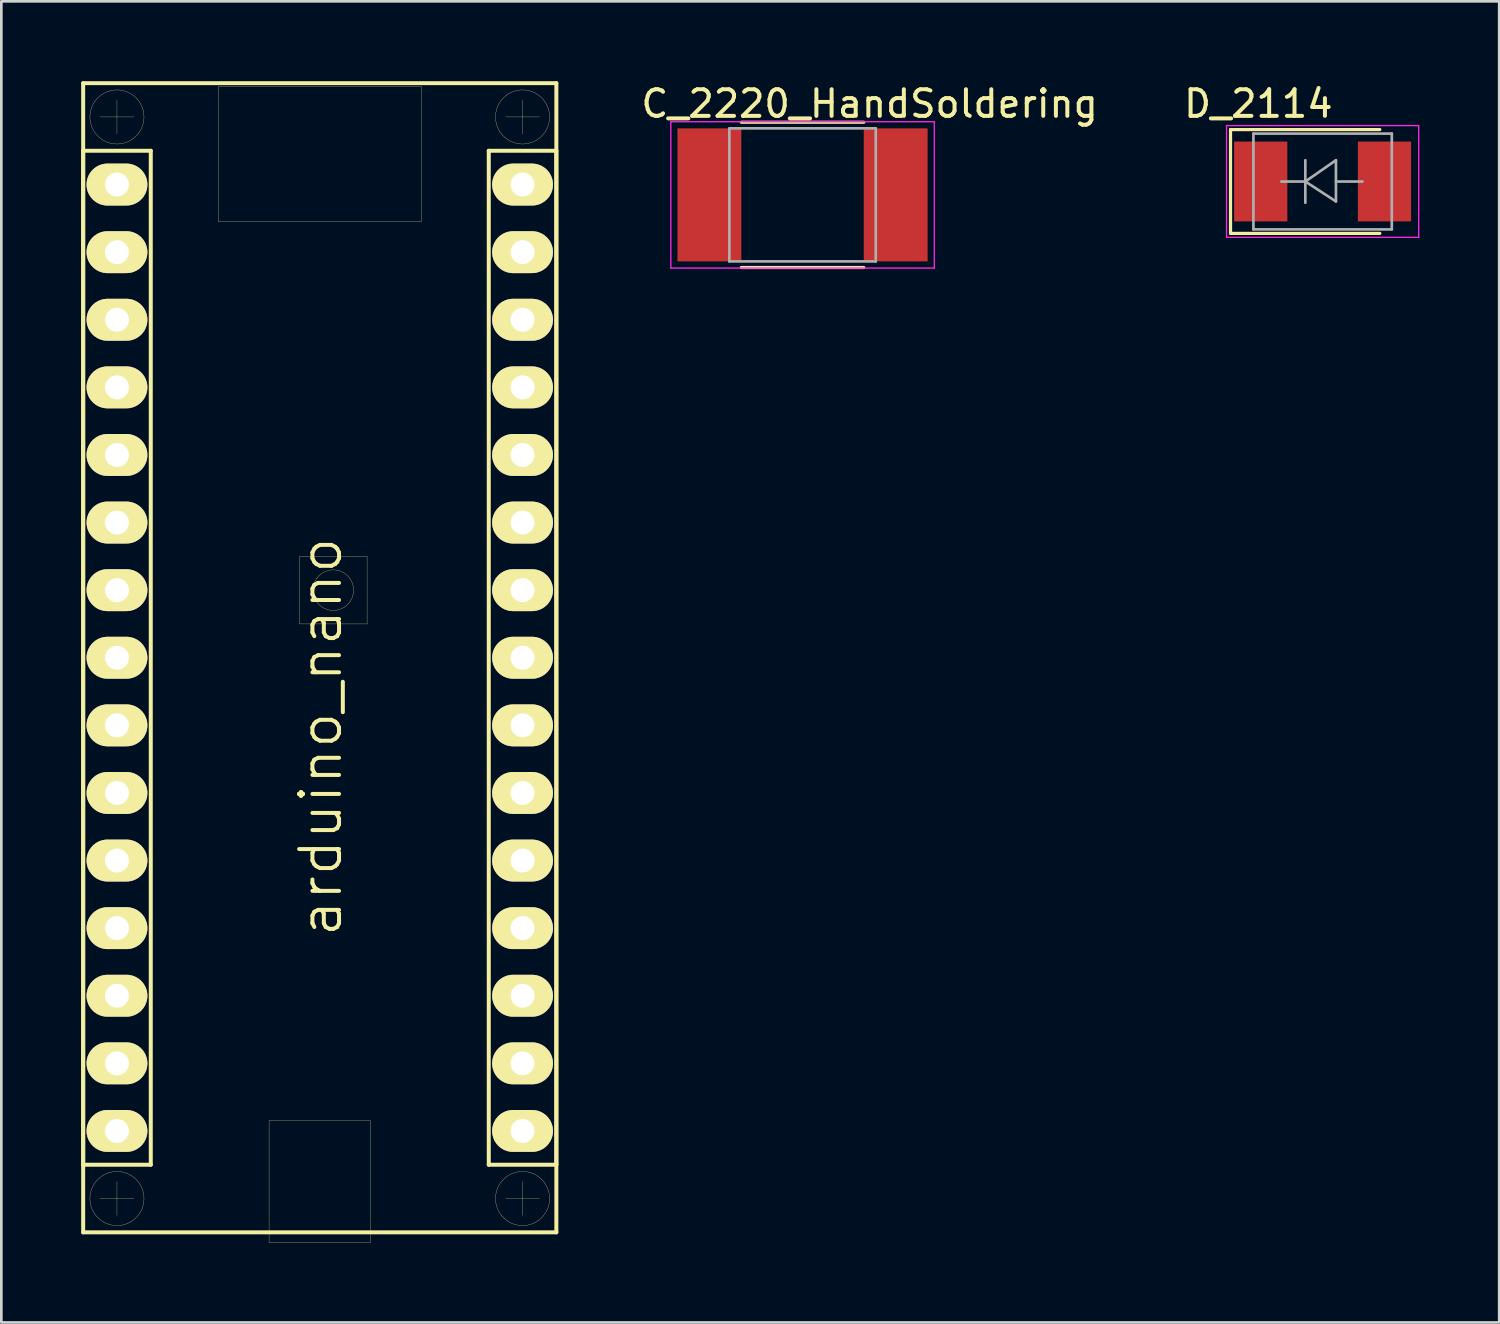
<source format=kicad_pcb>
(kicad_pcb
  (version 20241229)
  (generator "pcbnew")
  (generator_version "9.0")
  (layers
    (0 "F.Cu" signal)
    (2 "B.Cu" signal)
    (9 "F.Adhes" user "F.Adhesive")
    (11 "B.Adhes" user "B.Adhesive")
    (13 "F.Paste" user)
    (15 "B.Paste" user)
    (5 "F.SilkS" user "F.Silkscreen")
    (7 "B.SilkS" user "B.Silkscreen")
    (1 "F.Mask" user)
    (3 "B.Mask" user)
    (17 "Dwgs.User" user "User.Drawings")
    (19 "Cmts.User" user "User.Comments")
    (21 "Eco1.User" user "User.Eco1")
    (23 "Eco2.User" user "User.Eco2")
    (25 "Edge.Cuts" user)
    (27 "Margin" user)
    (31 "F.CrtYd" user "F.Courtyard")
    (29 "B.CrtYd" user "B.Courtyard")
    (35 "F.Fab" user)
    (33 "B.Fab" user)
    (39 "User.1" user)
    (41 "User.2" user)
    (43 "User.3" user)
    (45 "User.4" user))
  (footprint "D_2114"
    (layer "F.Cu")
    (at 46.647 3.769)
    (property "Reference" "D_2114" (at -2.413 -2.921 0) (layer "F.SilkS") (effects (font (size 1 1) (thickness 0.15))))
    (attr smd)
    (fp_line (start -3.46 -1.95) (end -3.46 1.95) (stroke (width 0.12) (type solid)) (layer "F.SilkS"))
    (fp_line (start -3.46 -1.95) (end 2.15 -1.95) (stroke (width 0.12) (type solid)) (layer "F.SilkS"))
    (fp_line (start -3.46 1.95) (end 2.15 1.95) (stroke (width 0.12) (type solid)) (layer "F.SilkS"))
    (fp_line (start -3.61 -2.1) (end 3.61 -2.1) (stroke (width 0.05) (type solid)) (layer "F.CrtYd"))
    (fp_line (start -3.61 2.1) (end -3.61 -2.1) (stroke (width 0.05) (type solid)) (layer "F.CrtYd"))
    (fp_line (start 3.61 -2.1) (end 3.61 2.1) (stroke (width 0.05) (type solid)) (layer "F.CrtYd"))
    (fp_line (start 3.61 2.1) (end -3.61 2.1) (stroke (width 0.05) (type solid)) (layer "F.CrtYd"))
    (fp_line (start -2.6 1.8) (end -2.6 -1.8) (stroke (width 0.1) (type solid)) (layer "F.Fab"))
    (fp_line (start -0.649 -0.799) (end -0.649 0.801) (stroke (width 0.1) (type solid)) (layer "F.Fab"))
    (fp_line (start -0.649 0.001) (end -1.551 0.001) (stroke (width 0.1) (type solid)) (layer "F.Fab"))
    (fp_line (start -0.649 0.001) (end 0.501 -0.799) (stroke (width 0.1) (type solid)) (layer "F.Fab"))
    (fp_line (start -0.649 0.001) (end 0.501 0.75) (stroke (width 0.1) (type solid)) (layer "F.Fab"))
    (fp_line (start 0.501 0.001) (end 1.499 0.001) (stroke (width 0.1) (type solid)) (layer "F.Fab"))
    (fp_line (start 0.501 0.75) (end 0.501 -0.799) (stroke (width 0.1) (type solid)) (layer "F.Fab"))
    (fp_line (start 2.6 -1.8) (end -2.6 -1.8) (stroke (width 0.1) (type solid)) (layer "F.Fab"))
    (fp_line (start 2.6 1.8) (end -2.6 1.8) (stroke (width 0.1) (type solid)) (layer "F.Fab"))
    (fp_line (start 2.6 1.8) (end 2.6 -1.8) (stroke (width 0.1) (type solid)) (layer "F.Fab"))
    (pad "1" smd rect (at -2.325 0) (size 2 3) (layers "F.Cu" "F.Mask" "F.Paste"))
    (pad "2" smd rect (at 2.325 0) (size 2 3) (layers "F.Cu" "F.Mask" "F.Paste")))
  (footprint "arduino_nano"
    (layer "F.Cu")
    (at 8.965 21.665)
    (property "Reference" "arduino_nano" (at 0.038 2.974 90) (layer "F.SilkS") (effects (font (size 1.5 1.5) (thickness 0.15))))
    (attr through_hole)
    (fp_line (start -8.89 -21.59) (end -8.89 21.59) (stroke (width 0.15) (type solid)) (layer "F.SilkS"))
    (fp_line (start -8.89 -19.05) (end -8.89 19.05) (stroke (width 0.15) (type solid)) (layer "F.SilkS"))
    (fp_line (start -8.89 19.05) (end -6.35 19.05) (stroke (width 0.15) (type solid)) (layer "F.SilkS"))
    (fp_line (start -8.89 21.59) (end 8.89 21.59) (stroke (width 0.15) (type solid)) (layer "F.SilkS"))
    (fp_line (start -8.255 -20.32) (end -6.985 -20.32) (stroke (width 0.01) (type solid)) (layer "F.SilkS"))
    (fp_line (start -8.255 20.32) (end -6.985 20.32) (stroke (width 0.01) (type solid)) (layer "F.SilkS"))
    (fp_line (start -7.62 -20.955) (end -7.62 -19.685) (stroke (width 0.01) (type solid)) (layer "F.SilkS"))
    (fp_line (start -7.62 19.685) (end -7.62 20.955) (stroke (width 0.01) (type solid)) (layer "F.SilkS"))
    (fp_line (start -6.35 -19.05) (end -8.89 -19.05) (stroke (width 0.15) (type solid)) (layer "F.SilkS"))
    (fp_line (start -6.35 19.05) (end -6.35 -19.05) (stroke (width 0.15) (type solid)) (layer "F.SilkS"))
    (fp_line (start -3.81 -21.463) (end 3.81 -21.463) (stroke (width 0.01) (type solid)) (layer "F.SilkS"))
    (fp_line (start -3.81 -16.383) (end -3.81 -21.463) (stroke (width 0.01) (type solid)) (layer "F.SilkS"))
    (fp_line (start -1.905 17.399) (end 1.905 17.399) (stroke (width 0.01) (type solid)) (layer "F.SilkS"))
    (fp_line (start -1.905 21.971) (end -1.905 17.399) (stroke (width 0.01) (type solid)) (layer "F.SilkS"))
    (fp_line (start -0.762 -3.81) (end -0.762 -1.27) (stroke (width 0.01) (type solid)) (layer "F.SilkS"))
    (fp_line (start -0.762 -1.27) (end 1.778 -1.27) (stroke (width 0.01) (type solid)) (layer "F.SilkS"))
    (fp_line (start 1.778 -3.81) (end -0.762 -3.81) (stroke (width 0.01) (type solid)) (layer "F.SilkS"))
    (fp_line (start 1.778 -1.27) (end 1.778 -3.81) (stroke (width 0.01) (type solid)) (layer "F.SilkS"))
    (fp_line (start 1.905 17.399) (end 1.905 21.971) (stroke (width 0.01) (type solid)) (layer "F.SilkS"))
    (fp_line (start 1.905 21.971) (end -1.905 21.971) (stroke (width 0.01) (type solid)) (layer "F.SilkS"))
    (fp_line (start 3.81 -21.463) (end 3.81 -16.383) (stroke (width 0.01) (type solid)) (layer "F.SilkS"))
    (fp_line (start 3.81 -16.383) (end -3.81 -16.383) (stroke (width 0.01) (type solid)) (layer "F.SilkS"))
    (fp_line (start 6.35 -19.05) (end 8.89 -19.05) (stroke (width 0.15) (type solid)) (layer "F.SilkS"))
    (fp_line (start 6.35 19.05) (end 6.35 -19.05) (stroke (width 0.15) (type solid)) (layer "F.SilkS"))
    (fp_line (start 6.985 -20.32) (end 8.255 -20.32) (stroke (width 0.01) (type solid)) (layer "F.SilkS"))
    (fp_line (start 6.985 20.32) (end 8.255 20.32) (stroke (width 0.01) (type solid)) (layer "F.SilkS"))
    (fp_line (start 7.62 -20.955) (end 7.62 -19.685) (stroke (width 0.01) (type solid)) (layer "F.SilkS"))
    (fp_line (start 7.62 19.685) (end 7.62 20.955) (stroke (width 0.01) (type solid)) (layer "F.SilkS"))
    (fp_line (start 8.89 -21.59) (end -8.89 -21.59) (stroke (width 0.15) (type solid)) (layer "F.SilkS"))
    (fp_line (start 8.89 -19.05) (end 8.89 19.05) (stroke (width 0.15) (type solid)) (layer "F.SilkS"))
    (fp_line (start 8.89 19.05) (end 6.35 19.05) (stroke (width 0.15) (type solid)) (layer "F.SilkS"))
    (fp_line (start 8.89 21.59) (end 8.89 -21.59) (stroke (width 0.15) (type solid)) (layer "F.SilkS"))
    (fp_circle (center -7.62 -20.32) (end -6.604 -20.32) (stroke (width 0.01) (type solid)) (fill no) (layer "F.SilkS"))
    (fp_circle (center -7.62 20.32) (end -6.604 20.32) (stroke (width 0.01) (type solid)) (fill no) (layer "F.SilkS"))
    (fp_circle (center 0.508 -2.54) (end -0.254 -2.54) (stroke (width 0.01) (type solid)) (fill no) (layer "F.SilkS"))
    (fp_circle (center 7.62 -20.32) (end 8.636 -20.32) (stroke (width 0.01) (type solid)) (fill no) (layer "F.SilkS"))
    (fp_circle (center 7.62 20.32) (end 8.636 20.32) (stroke (width 0.01) (type solid)) (fill no) (layer "F.SilkS"))
    (pad "1" thru_hole oval (at -7.62 -17.78) (size 2.286 1.575) (drill 0.9) (layers "*.Cu" "*.Mask" "F.SilkS"))
    (pad "2" thru_hole oval (at -7.62 -15.24) (size 2.286 1.575) (drill 0.9) (layers "*.Cu" "*.Mask" "F.SilkS"))
    (pad "3" thru_hole oval (at -7.62 -12.7) (size 2.286 1.575) (drill 0.9) (layers "*.Cu" "*.Mask" "F.SilkS"))
    (pad "4" thru_hole oval (at -7.62 -10.16) (size 2.286 1.575) (drill 0.9) (layers "*.Cu" "*.Mask" "F.SilkS"))
    (pad "5" thru_hole oval (at -7.62 -7.62) (size 2.286 1.575) (drill 0.9) (layers "*.Cu" "*.Mask" "F.SilkS"))
    (pad "6" thru_hole oval (at -7.62 -5.08) (size 2.286 1.575) (drill 0.9) (layers "*.Cu" "*.Mask" "F.SilkS"))
    (pad "7" thru_hole oval (at -7.62 -2.54) (size 2.286 1.575) (drill 0.9) (layers "*.Cu" "*.Mask" "F.SilkS"))
    (pad "8" thru_hole oval (at -7.62 0) (size 2.286 1.575) (drill 0.9) (layers "*.Cu" "*.Mask" "F.SilkS"))
    (pad "9" thru_hole oval (at -7.62 2.54) (size 2.286 1.575) (drill 0.9) (layers "*.Cu" "*.Mask" "F.SilkS"))
    (pad "10" thru_hole oval (at -7.62 5.08) (size 2.286 1.575) (drill 0.9) (layers "*.Cu" "*.Mask" "F.SilkS"))
    (pad "11" thru_hole oval (at -7.62 7.62) (size 2.286 1.575) (drill 0.9) (layers "*.Cu" "*.Mask" "F.SilkS"))
    (pad "12" thru_hole oval (at -7.62 10.16) (size 2.286 1.575) (drill 0.9) (layers "*.Cu" "*.Mask" "F.SilkS"))
    (pad "13" thru_hole oval (at -7.62 12.7) (size 2.286 1.575) (drill 0.9) (layers "*.Cu" "*.Mask" "F.SilkS"))
    (pad "14" thru_hole oval (at -7.62 15.24) (size 2.286 1.575) (drill 0.9) (layers "*.Cu" "*.Mask" "F.SilkS"))
    (pad "15" thru_hole oval (at -7.62 17.78) (size 2.286 1.575) (drill 0.9) (layers "*.Cu" "*.Mask" "F.SilkS"))
    (pad "16" thru_hole oval (at 7.62 17.78) (size 2.286 1.575) (drill 0.9) (layers "*.Cu" "*.Mask" "F.SilkS"))
    (pad "17" thru_hole oval (at 7.62 15.24) (size 2.286 1.575) (drill 0.9) (layers "*.Cu" "*.Mask" "F.SilkS"))
    (pad "18" thru_hole oval (at 7.62 12.7) (size 2.286 1.575) (drill 0.9) (layers "*.Cu" "*.Mask" "F.SilkS"))
    (pad "19" thru_hole oval (at 7.62 10.16) (size 2.286 1.575) (drill 0.9) (layers "*.Cu" "*.Mask" "F.SilkS"))
    (pad "20" thru_hole oval (at 7.62 7.62) (size 2.286 1.575) (drill 0.9) (layers "*.Cu" "*.Mask" "F.SilkS"))
    (pad "21" thru_hole oval (at 7.62 5.08) (size 2.286 1.575) (drill 0.9) (layers "*.Cu" "*.Mask" "F.SilkS"))
    (pad "22" thru_hole oval (at 7.62 2.54) (size 2.286 1.575) (drill 0.9) (layers "*.Cu" "*.Mask" "F.SilkS"))
    (pad "23" thru_hole oval (at 7.62 0) (size 2.286 1.575) (drill 0.9) (layers "*.Cu" "*.Mask" "F.SilkS"))
    (pad "24" thru_hole oval (at 7.62 -2.54) (size 2.286 1.575) (drill 0.9) (layers "*.Cu" "*.Mask" "F.SilkS"))
    (pad "25" thru_hole oval (at 7.62 -5.08) (size 2.286 1.575) (drill 0.9) (layers "*.Cu" "*.Mask" "F.SilkS"))
    (pad "26" thru_hole oval (at 7.62 -7.62) (size 2.286 1.575) (drill 0.9) (layers "*.Cu" "*.Mask" "F.SilkS"))
    (pad "27" thru_hole oval (at 7.62 -10.16) (size 2.286 1.575) (drill 0.9) (layers "*.Cu" "*.Mask" "F.SilkS"))
    (pad "28" thru_hole oval (at 7.62 -12.7) (size 2.286 1.575) (drill 0.9) (layers "*.Cu" "*.Mask" "F.SilkS"))
    (pad "29" thru_hole oval (at 7.62 -15.24) (size 2.286 1.575) (drill 0.9) (layers "*.Cu" "*.Mask" "F.SilkS"))
    (pad "30" thru_hole oval (at 7.62 -17.78) (size 2.286 1.575) (drill 0.9) (layers "*.Cu" "*.Mask" "F.SilkS")))
  (footprint "C_2220_HandSoldering"
    (layer "F.Cu")
    (at 27.106 4.273)
    (property "Reference" "C_2220_HandSoldering" (at 2.52 -3.425 0) (layer "F.SilkS") (effects (font (size 1 1) (thickness 0.15))))
    (attr smd)
    (fp_line (start -2.3 2.73) (end 2.3 2.73) (stroke (width 0.12) (type solid)) (layer "F.SilkS"))
    (fp_line (start 2.3 -2.73) (end -2.3 -2.73) (stroke (width 0.12) (type solid)) (layer "F.SilkS"))
    (fp_line (start -4.95 -2.75) (end -4.95 2.75) (stroke (width 0.05) (type solid)) (layer "F.CrtYd"))
    (fp_line (start -4.95 -2.75) (end 4.95 -2.75) (stroke (width 0.05) (type solid)) (layer "F.CrtYd"))
    (fp_line (start 4.95 2.75) (end -4.95 2.75) (stroke (width 0.05) (type solid)) (layer "F.CrtYd"))
    (fp_line (start 4.95 2.75) (end 4.95 -2.75) (stroke (width 0.05) (type solid)) (layer "F.CrtYd"))
    (fp_line (start -2.75 -2.5) (end 2.75 -2.5) (stroke (width 0.1) (type solid)) (layer "F.Fab"))
    (fp_line (start -2.75 2.5) (end -2.75 -2.5) (stroke (width 0.1) (type solid)) (layer "F.Fab"))
    (fp_line (start 2.75 -2.5) (end 2.75 2.5) (stroke (width 0.1) (type solid)) (layer "F.Fab"))
    (fp_line (start 2.75 2.5) (end -2.75 2.5) (stroke (width 0.1) (type solid)) (layer "F.Fab"))
    (pad "1" smd rect (at -3.5 0) (size 2.4 5) (layers "F.Cu" "F.Mask" "F.Paste"))
    (pad "2" smd rect (at 3.5 0) (size 2.4 5) (layers "F.Cu" "F.Mask" "F.Paste")))
  (gr_rect
    (start -3 -3)
    (end 53.282 46.641)
    (stroke (width 0.1) (type default))
    (fill no)
    (layer "Edge.Cuts")))
</source>
